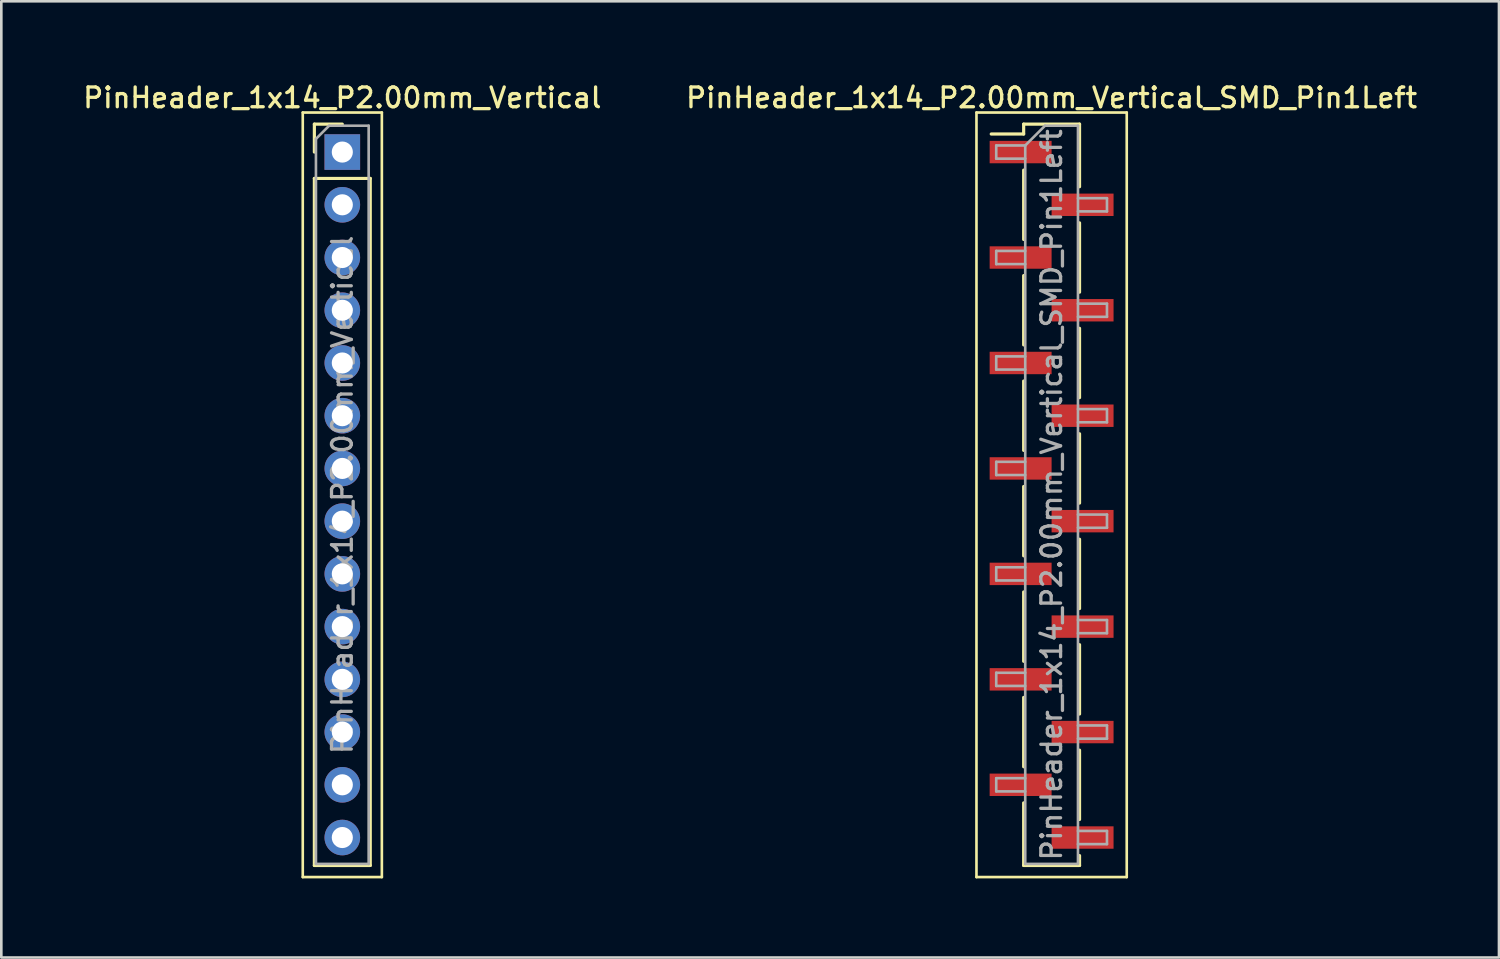
<source format=kicad_pcb>
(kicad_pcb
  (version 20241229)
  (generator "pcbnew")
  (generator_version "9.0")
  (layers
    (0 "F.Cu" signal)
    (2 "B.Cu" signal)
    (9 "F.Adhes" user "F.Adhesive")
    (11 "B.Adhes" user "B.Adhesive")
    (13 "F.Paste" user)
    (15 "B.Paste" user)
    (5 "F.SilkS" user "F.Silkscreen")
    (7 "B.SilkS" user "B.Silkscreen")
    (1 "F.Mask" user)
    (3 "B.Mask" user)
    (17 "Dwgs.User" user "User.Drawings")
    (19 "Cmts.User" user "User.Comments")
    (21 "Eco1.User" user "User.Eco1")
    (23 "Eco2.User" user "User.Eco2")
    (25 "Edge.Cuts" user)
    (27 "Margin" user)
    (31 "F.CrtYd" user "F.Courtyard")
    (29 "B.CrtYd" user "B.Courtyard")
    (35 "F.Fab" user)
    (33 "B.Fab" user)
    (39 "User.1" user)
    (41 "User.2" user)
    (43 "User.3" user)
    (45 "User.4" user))
  (footprint "PinHeader_1x14_P2.00mm_Vertical_SMD_Pin1Left"
    (layer "F.Cu")
    (at 36.838 15.718)
    (property "Reference" "PinHeader_1x14_P2.00mm_Vertical_SMD_Pin1Left" (at 0 -15.06 0) (layer "F.SilkS") (effects (font (size 0.75 0.75) (thickness 0.125))))
    (attr smd)
    (fp_line (start -2.85 -14.5) (end -2.85 14.5) (stroke (width 0.1) (type solid)) (layer "F.SilkS"))
    (fp_line (start -2.85 14.5) (end 2.85 14.5) (stroke (width 0.1) (type solid)) (layer "F.SilkS"))
    (fp_line (start -1.06 -14.06) (end -1.06 -13.685) (stroke (width 0.12) (type solid)) (layer "F.SilkS"))
    (fp_line (start -1.06 -14.06) (end 1.06 -14.06) (stroke (width 0.12) (type solid)) (layer "F.SilkS"))
    (fp_line (start -1.06 -13.685) (end -2.29 -13.685) (stroke (width 0.12) (type solid)) (layer "F.SilkS"))
    (fp_line (start -1.06 -12.315) (end -1.06 -9.685) (stroke (width 0.12) (type solid)) (layer "F.SilkS"))
    (fp_line (start -1.06 -8.315) (end -1.06 -5.685) (stroke (width 0.12) (type solid)) (layer "F.SilkS"))
    (fp_line (start -1.06 -4.315) (end -1.06 -1.685) (stroke (width 0.12) (type solid)) (layer "F.SilkS"))
    (fp_line (start -1.06 -0.315) (end -1.06 2.315) (stroke (width 0.12) (type solid)) (layer "F.SilkS"))
    (fp_line (start -1.06 3.685) (end -1.06 6.315) (stroke (width 0.12) (type solid)) (layer "F.SilkS"))
    (fp_line (start -1.06 7.685) (end -1.06 10.315) (stroke (width 0.12) (type solid)) (layer "F.SilkS"))
    (fp_line (start -1.06 11.685) (end -1.06 14.06) (stroke (width 0.12) (type solid)) (layer "F.SilkS"))
    (fp_line (start -1.06 14.06) (end 1.06 14.06) (stroke (width 0.12) (type solid)) (layer "F.SilkS"))
    (fp_line (start 1.06 -14.06) (end 1.06 -11.685) (stroke (width 0.12) (type solid)) (layer "F.SilkS"))
    (fp_line (start 1.06 -10.315) (end 1.06 -7.685) (stroke (width 0.12) (type solid)) (layer "F.SilkS"))
    (fp_line (start 1.06 -6.315) (end 1.06 -3.685) (stroke (width 0.12) (type solid)) (layer "F.SilkS"))
    (fp_line (start 1.06 -2.315) (end 1.06 0.315) (stroke (width 0.12) (type solid)) (layer "F.SilkS"))
    (fp_line (start 1.06 1.685) (end 1.06 4.315) (stroke (width 0.12) (type solid)) (layer "F.SilkS"))
    (fp_line (start 1.06 5.685) (end 1.06 8.315) (stroke (width 0.12) (type solid)) (layer "F.SilkS"))
    (fp_line (start 1.06 9.685) (end 1.06 12.315) (stroke (width 0.12) (type solid)) (layer "F.SilkS"))
    (fp_line (start 1.06 13.685) (end 1.06 14.06) (stroke (width 0.12) (type solid)) (layer "F.SilkS"))
    (fp_line (start 2.85 -14.5) (end -2.85 -14.5) (stroke (width 0.1) (type solid)) (layer "F.SilkS"))
    (fp_line (start 2.85 14.5) (end 2.85 -14.5) (stroke (width 0.1) (type solid)) (layer "F.SilkS"))
    (fp_line (start -2.1 -13.25) (end -2.1 -12.75) (stroke (width 0.1) (type solid)) (layer "F.Fab"))
    (fp_line (start -2.1 -12.75) (end -1 -12.75) (stroke (width 0.1) (type solid)) (layer "F.Fab"))
    (fp_line (start -2.1 -9.25) (end -2.1 -8.75) (stroke (width 0.1) (type solid)) (layer "F.Fab"))
    (fp_line (start -2.1 -8.75) (end -1 -8.75) (stroke (width 0.1) (type solid)) (layer "F.Fab"))
    (fp_line (start -2.1 -5.25) (end -2.1 -4.75) (stroke (width 0.1) (type solid)) (layer "F.Fab"))
    (fp_line (start -2.1 -4.75) (end -1 -4.75) (stroke (width 0.1) (type solid)) (layer "F.Fab"))
    (fp_line (start -2.1 -1.25) (end -2.1 -0.75) (stroke (width 0.1) (type solid)) (layer "F.Fab"))
    (fp_line (start -2.1 -0.75) (end -1 -0.75) (stroke (width 0.1) (type solid)) (layer "F.Fab"))
    (fp_line (start -2.1 2.75) (end -2.1 3.25) (stroke (width 0.1) (type solid)) (layer "F.Fab"))
    (fp_line (start -2.1 3.25) (end -1 3.25) (stroke (width 0.1) (type solid)) (layer "F.Fab"))
    (fp_line (start -2.1 6.75) (end -2.1 7.25) (stroke (width 0.1) (type solid)) (layer "F.Fab"))
    (fp_line (start -2.1 7.25) (end -1 7.25) (stroke (width 0.1) (type solid)) (layer "F.Fab"))
    (fp_line (start -2.1 10.75) (end -2.1 11.25) (stroke (width 0.1) (type solid)) (layer "F.Fab"))
    (fp_line (start -2.1 11.25) (end -1 11.25) (stroke (width 0.1) (type solid)) (layer "F.Fab"))
    (fp_line (start -1 -13.25) (end -2.1 -13.25) (stroke (width 0.1) (type solid)) (layer "F.Fab"))
    (fp_line (start -1 -13.25) (end -0.25 -14) (stroke (width 0.1) (type solid)) (layer "F.Fab"))
    (fp_line (start -1 -9.25) (end -2.1 -9.25) (stroke (width 0.1) (type solid)) (layer "F.Fab"))
    (fp_line (start -1 -5.25) (end -2.1 -5.25) (stroke (width 0.1) (type solid)) (layer "F.Fab"))
    (fp_line (start -1 -1.25) (end -2.1 -1.25) (stroke (width 0.1) (type solid)) (layer "F.Fab"))
    (fp_line (start -1 2.75) (end -2.1 2.75) (stroke (width 0.1) (type solid)) (layer "F.Fab"))
    (fp_line (start -1 6.75) (end -2.1 6.75) (stroke (width 0.1) (type solid)) (layer "F.Fab"))
    (fp_line (start -1 10.75) (end -2.1 10.75) (stroke (width 0.1) (type solid)) (layer "F.Fab"))
    (fp_line (start -1 14) (end -1 -13.25) (stroke (width 0.1) (type solid)) (layer "F.Fab"))
    (fp_line (start -0.25 -14) (end 1 -14) (stroke (width 0.1) (type solid)) (layer "F.Fab"))
    (fp_line (start 1 -14) (end 1 14) (stroke (width 0.1) (type solid)) (layer "F.Fab"))
    (fp_line (start 1 -11.25) (end 2.1 -11.25) (stroke (width 0.1) (type solid)) (layer "F.Fab"))
    (fp_line (start 1 -7.25) (end 2.1 -7.25) (stroke (width 0.1) (type solid)) (layer "F.Fab"))
    (fp_line (start 1 -3.25) (end 2.1 -3.25) (stroke (width 0.1) (type solid)) (layer "F.Fab"))
    (fp_line (start 1 0.75) (end 2.1 0.75) (stroke (width 0.1) (type solid)) (layer "F.Fab"))
    (fp_line (start 1 4.75) (end 2.1 4.75) (stroke (width 0.1) (type solid)) (layer "F.Fab"))
    (fp_line (start 1 8.75) (end 2.1 8.75) (stroke (width 0.1) (type solid)) (layer "F.Fab"))
    (fp_line (start 1 12.75) (end 2.1 12.75) (stroke (width 0.1) (type solid)) (layer "F.Fab"))
    (fp_line (start 1 14) (end -1 14) (stroke (width 0.1) (type solid)) (layer "F.Fab"))
    (fp_line (start 2.1 -11.25) (end 2.1 -10.75) (stroke (width 0.1) (type solid)) (layer "F.Fab"))
    (fp_line (start 2.1 -10.75) (end 1 -10.75) (stroke (width 0.1) (type solid)) (layer "F.Fab"))
    (fp_line (start 2.1 -7.25) (end 2.1 -6.75) (stroke (width 0.1) (type solid)) (layer "F.Fab"))
    (fp_line (start 2.1 -6.75) (end 1 -6.75) (stroke (width 0.1) (type solid)) (layer "F.Fab"))
    (fp_line (start 2.1 -3.25) (end 2.1 -2.75) (stroke (width 0.1) (type solid)) (layer "F.Fab"))
    (fp_line (start 2.1 -2.75) (end 1 -2.75) (stroke (width 0.1) (type solid)) (layer "F.Fab"))
    (fp_line (start 2.1 0.75) (end 2.1 1.25) (stroke (width 0.1) (type solid)) (layer "F.Fab"))
    (fp_line (start 2.1 1.25) (end 1 1.25) (stroke (width 0.1) (type solid)) (layer "F.Fab"))
    (fp_line (start 2.1 4.75) (end 2.1 5.25) (stroke (width 0.1) (type solid)) (layer "F.Fab"))
    (fp_line (start 2.1 5.25) (end 1 5.25) (stroke (width 0.1) (type solid)) (layer "F.Fab"))
    (fp_line (start 2.1 8.75) (end 2.1 9.25) (stroke (width 0.1) (type solid)) (layer "F.Fab"))
    (fp_line (start 2.1 9.25) (end 1 9.25) (stroke (width 0.1) (type solid)) (layer "F.Fab"))
    (fp_line (start 2.1 12.75) (end 2.1 13.25) (stroke (width 0.1) (type solid)) (layer "F.Fab"))
    (fp_line (start 2.1 13.25) (end 1 13.25) (stroke (width 0.1) (type solid)) (layer "F.Fab"))
    (fp_text user "${REFERENCE}" (at 0 0 90) (layer "F.Fab") (effects (font (size 0.75 0.75) (thickness 0.125))))
    (pad "1" smd rect (at -1.175 -13) (size 2.35 0.85) (layers "F.Cu" "F.Mask" "F.Paste"))
    (pad "2" smd rect (at 1.175 -11) (size 2.35 0.85) (layers "F.Cu" "F.Mask" "F.Paste"))
    (pad "3" smd rect (at -1.175 -9) (size 2.35 0.85) (layers "F.Cu" "F.Mask" "F.Paste"))
    (pad "4" smd rect (at 1.175 -7) (size 2.35 0.85) (layers "F.Cu" "F.Mask" "F.Paste"))
    (pad "5" smd rect (at -1.175 -5) (size 2.35 0.85) (layers "F.Cu" "F.Mask" "F.Paste"))
    (pad "6" smd rect (at 1.175 -3) (size 2.35 0.85) (layers "F.Cu" "F.Mask" "F.Paste"))
    (pad "7" smd rect (at -1.175 -1) (size 2.35 0.85) (layers "F.Cu" "F.Mask" "F.Paste"))
    (pad "8" smd rect (at 1.175 1) (size 2.35 0.85) (layers "F.Cu" "F.Mask" "F.Paste"))
    (pad "9" smd rect (at -1.175 3) (size 2.35 0.85) (layers "F.Cu" "F.Mask" "F.Paste"))
    (pad "10" smd rect (at 1.175 5) (size 2.35 0.85) (layers "F.Cu" "F.Mask" "F.Paste"))
    (pad "11" smd rect (at -1.175 7) (size 2.35 0.85) (layers "F.Cu" "F.Mask" "F.Paste"))
    (pad "12" smd rect (at 1.175 9) (size 2.35 0.85) (layers "F.Cu" "F.Mask" "F.Paste"))
    (pad "13" smd rect (at -1.175 11) (size 2.35 0.85) (layers "F.Cu" "F.Mask" "F.Paste"))
    (pad "14" smd rect (at 1.175 13) (size 2.35 0.85) (layers "F.Cu" "F.Mask" "F.Paste")))
  (footprint "PinHeader_1x14_P2.00mm_Vertical"
    (layer "F.Cu")
    (at 9.934 2.718)
    (property "Reference" "PinHeader_1x14_P2.00mm_Vertical" (at 0 -2.06 0) (layer "F.SilkS") (effects (font (size 0.75 0.75) (thickness 0.125))))
    (attr through_hole)
    (fp_line (start -1.5 -1.5) (end -1.5 27.5) (stroke (width 0.1) (type solid)) (layer "F.SilkS"))
    (fp_line (start -1.5 27.5) (end 1.5 27.5) (stroke (width 0.1) (type solid)) (layer "F.SilkS"))
    (fp_line (start -1.06 -1.06) (end 0 -1.06) (stroke (width 0.12) (type solid)) (layer "F.SilkS"))
    (fp_line (start -1.06 0) (end -1.06 -1.06) (stroke (width 0.12) (type solid)) (layer "F.SilkS"))
    (fp_line (start -1.06 1) (end -1.06 27.06) (stroke (width 0.12) (type solid)) (layer "F.SilkS"))
    (fp_line (start -1.06 1) (end 1.06 1) (stroke (width 0.12) (type solid)) (layer "F.SilkS"))
    (fp_line (start -1.06 27.06) (end 1.06 27.06) (stroke (width 0.12) (type solid)) (layer "F.SilkS"))
    (fp_line (start 1.06 1) (end 1.06 27.06) (stroke (width 0.12) (type solid)) (layer "F.SilkS"))
    (fp_line (start 1.5 -1.5) (end -1.5 -1.5) (stroke (width 0.1) (type solid)) (layer "F.SilkS"))
    (fp_line (start 1.5 27.5) (end 1.5 -1.5) (stroke (width 0.1) (type solid)) (layer "F.SilkS"))
    (fp_line (start -1 -0.5) (end -0.5 -1) (stroke (width 0.1) (type solid)) (layer "F.Fab"))
    (fp_line (start -1 27) (end -1 -0.5) (stroke (width 0.1) (type solid)) (layer "F.Fab"))
    (fp_line (start -0.5 -1) (end 1 -1) (stroke (width 0.1) (type solid)) (layer "F.Fab"))
    (fp_line (start 1 -1) (end 1 27) (stroke (width 0.1) (type solid)) (layer "F.Fab"))
    (fp_line (start 1 27) (end -1 27) (stroke (width 0.1) (type solid)) (layer "F.Fab"))
    (fp_text user "${REFERENCE}" (at 0 13 90) (layer "F.Fab") (effects (font (size 0.75 0.75) (thickness 0.125))))
    (pad "1" thru_hole rect (at 0 0) (size 1.35 1.35) (drill 0.8) (layers "*.Cu" "*.Mask"))
    (pad "2" thru_hole oval (at 0 2) (size 1.35 1.35) (drill 0.8) (layers "*.Cu" "*.Mask"))
    (pad "3" thru_hole oval (at 0 4) (size 1.35 1.35) (drill 0.8) (layers "*.Cu" "*.Mask"))
    (pad "4" thru_hole oval (at 0 6) (size 1.35 1.35) (drill 0.8) (layers "*.Cu" "*.Mask"))
    (pad "5" thru_hole oval (at 0 8) (size 1.35 1.35) (drill 0.8) (layers "*.Cu" "*.Mask"))
    (pad "6" thru_hole oval (at 0 10) (size 1.35 1.35) (drill 0.8) (layers "*.Cu" "*.Mask"))
    (pad "7" thru_hole oval (at 0 12) (size 1.35 1.35) (drill 0.8) (layers "*.Cu" "*.Mask"))
    (pad "8" thru_hole oval (at 0 14) (size 1.35 1.35) (drill 0.8) (layers "*.Cu" "*.Mask"))
    (pad "9" thru_hole oval (at 0 16) (size 1.35 1.35) (drill 0.8) (layers "*.Cu" "*.Mask"))
    (pad "10" thru_hole oval (at 0 18) (size 1.35 1.35) (drill 0.8) (layers "*.Cu" "*.Mask"))
    (pad "11" thru_hole oval (at 0 20) (size 1.35 1.35) (drill 0.8) (layers "*.Cu" "*.Mask"))
    (pad "12" thru_hole oval (at 0 22) (size 1.35 1.35) (drill 0.8) (layers "*.Cu" "*.Mask"))
    (pad "13" thru_hole oval (at 0 24) (size 1.35 1.35) (drill 0.8) (layers "*.Cu" "*.Mask"))
    (pad "14" thru_hole oval (at 0 26) (size 1.35 1.35) (drill 0.8) (layers "*.Cu" "*.Mask")))
  (gr_rect
    (start -3 -3)
    (end 53.807 33.268)
    (stroke (width 0.1) (type default))
    (fill no)
    (layer "Edge.Cuts")))
</source>
